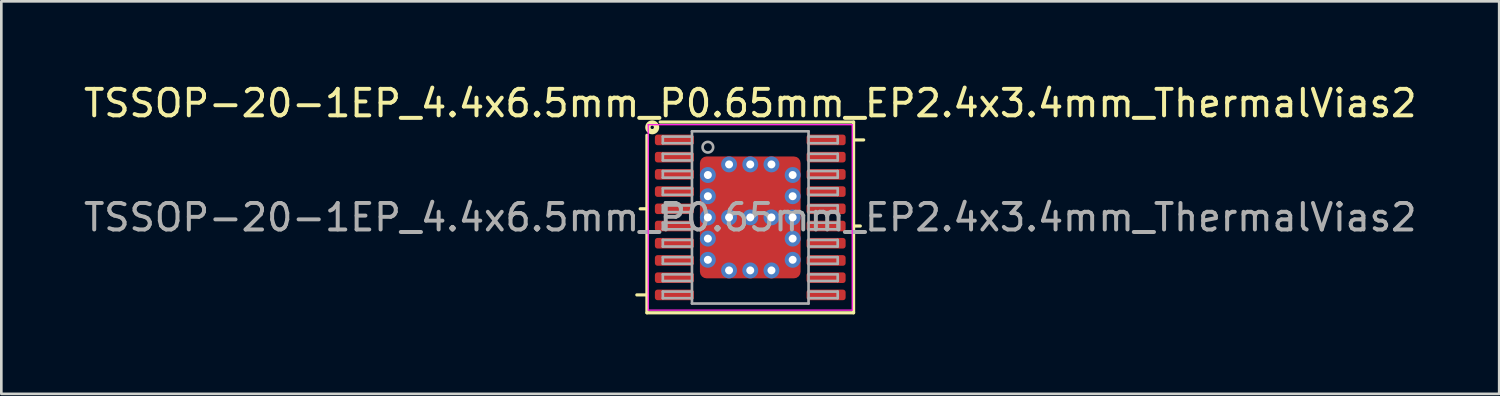
<source format=kicad_pcb>
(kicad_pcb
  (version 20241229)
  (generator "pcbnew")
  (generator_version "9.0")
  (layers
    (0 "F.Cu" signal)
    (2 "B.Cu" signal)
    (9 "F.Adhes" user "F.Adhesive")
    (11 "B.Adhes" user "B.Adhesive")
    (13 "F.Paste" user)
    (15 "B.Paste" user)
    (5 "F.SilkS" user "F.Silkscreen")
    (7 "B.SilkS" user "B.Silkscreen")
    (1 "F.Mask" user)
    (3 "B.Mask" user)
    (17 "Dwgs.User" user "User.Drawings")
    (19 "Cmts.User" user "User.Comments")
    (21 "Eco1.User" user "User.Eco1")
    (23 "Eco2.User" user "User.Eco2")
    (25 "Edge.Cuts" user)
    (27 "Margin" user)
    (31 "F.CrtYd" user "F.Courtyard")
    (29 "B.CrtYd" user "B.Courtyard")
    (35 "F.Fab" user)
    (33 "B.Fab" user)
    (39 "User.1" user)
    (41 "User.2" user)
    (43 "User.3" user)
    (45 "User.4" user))
  (footprint "TSSOP-20-1EP_4.4x6.5mm_P0.65mm_EP2.4x3.4mm_ThermalVias2"
    (layer "F.Cu")
    (at 25.268 5.156)
    (property "Reference" "TSSOP-20-1EP_4.4x6.5mm_P0.65mm_EP2.4x3.4mm_ThermalVias2" (at 0 -4.308 0) (layer "F.SilkS") (effects (font (size 1 1) (thickness 0.15))))
    (attr smd)
    (fp_line (start -3.9 -3.1) (end -3.9 3.6) (stroke (width 0.12) (type solid)) (layer "F.SilkS"))
    (fp_line (start -3.9 -0.325) (end -4.154 -0.325) (stroke (width 0.12) (type solid)) (layer "F.SilkS"))
    (fp_line (start -3.9 2.925) (end -4.281 2.925) (stroke (width 0.12) (type solid)) (layer "F.SilkS"))
    (fp_line (start -3.9 3.6) (end 3.9 3.6) (stroke (width 0.12) (type solid)) (layer "F.SilkS"))
    (fp_line (start 3.9 -3.6) (end -3.4 -3.6) (stroke (width 0.12) (type solid)) (layer "F.SilkS"))
    (fp_line (start 3.9 -2.925) (end 4.281 -2.925) (stroke (width 0.12) (type solid)) (layer "F.SilkS"))
    (fp_line (start 3.9 0.325) (end 4.154 0.325) (stroke (width 0.12) (type solid)) (layer "F.SilkS"))
    (fp_line (start 3.9 3.6) (end 3.9 -3.6) (stroke (width 0.12) (type solid)) (layer "F.SilkS"))
    (fp_circle (center -3.7 -3.4) (end -3.636 -3.4) (stroke (width 0.2) (type solid)) (fill no) (layer "F.SilkS"))
    (fp_line (start -3.85 -3.5) (end -3.85 3.5) (stroke (width 0.05) (type solid)) (layer "F.CrtYd"))
    (fp_line (start -3.85 3.5) (end 3.85 3.5) (stroke (width 0.05) (type solid)) (layer "F.CrtYd"))
    (fp_line (start 3.85 -3.5) (end -3.85 -3.5) (stroke (width 0.05) (type solid)) (layer "F.CrtYd"))
    (fp_line (start 3.85 3.5) (end 3.85 -3.5) (stroke (width 0.05) (type solid)) (layer "F.CrtYd"))
    (fp_line (start -3.3 -3.05) (end -3.3 -2.8) (stroke (width 0.1) (type solid)) (layer "F.Fab"))
    (fp_line (start -3.3 -3.05) (end -2.2 -3.05) (stroke (width 0.1) (type solid)) (layer "F.Fab"))
    (fp_line (start -3.3 -2.8) (end -2.2 -2.8) (stroke (width 0.1) (type solid)) (layer "F.Fab"))
    (fp_line (start -3.3 -2.4) (end -3.3 -2.15) (stroke (width 0.1) (type solid)) (layer "F.Fab"))
    (fp_line (start -3.3 -2.4) (end -2.2 -2.4) (stroke (width 0.1) (type solid)) (layer "F.Fab"))
    (fp_line (start -3.3 -2.15) (end -2.2 -2.15) (stroke (width 0.1) (type solid)) (layer "F.Fab"))
    (fp_line (start -3.3 -1.75) (end -3.3 -1.5) (stroke (width 0.1) (type solid)) (layer "F.Fab"))
    (fp_line (start -3.3 -1.75) (end -2.2 -1.75) (stroke (width 0.1) (type solid)) (layer "F.Fab"))
    (fp_line (start -3.3 -1.5) (end -2.2 -1.5) (stroke (width 0.1) (type solid)) (layer "F.Fab"))
    (fp_line (start -3.3 -1.1) (end -3.3 -0.85) (stroke (width 0.1) (type solid)) (layer "F.Fab"))
    (fp_line (start -3.3 -1.1) (end -2.2 -1.1) (stroke (width 0.1) (type solid)) (layer "F.Fab"))
    (fp_line (start -3.3 -0.85) (end -2.2 -0.85) (stroke (width 0.1) (type solid)) (layer "F.Fab"))
    (fp_line (start -3.3 -0.45) (end -3.3 -0.2) (stroke (width 0.1) (type solid)) (layer "F.Fab"))
    (fp_line (start -3.3 -0.45) (end -2.2 -0.45) (stroke (width 0.1) (type solid)) (layer "F.Fab"))
    (fp_line (start -3.3 -0.2) (end -2.2 -0.2) (stroke (width 0.1) (type solid)) (layer "F.Fab"))
    (fp_line (start -3.3 0.2) (end -3.3 0.45) (stroke (width 0.1) (type solid)) (layer "F.Fab"))
    (fp_line (start -3.3 0.2) (end -2.2 0.2) (stroke (width 0.1) (type solid)) (layer "F.Fab"))
    (fp_line (start -3.3 0.45) (end -2.2 0.45) (stroke (width 0.1) (type solid)) (layer "F.Fab"))
    (fp_line (start -3.3 0.85) (end -3.3 1.1) (stroke (width 0.1) (type solid)) (layer "F.Fab"))
    (fp_line (start -3.3 0.85) (end -2.2 0.85) (stroke (width 0.1) (type solid)) (layer "F.Fab"))
    (fp_line (start -3.3 1.1) (end -2.2 1.1) (stroke (width 0.1) (type solid)) (layer "F.Fab"))
    (fp_line (start -3.3 1.5) (end -3.3 1.75) (stroke (width 0.1) (type solid)) (layer "F.Fab"))
    (fp_line (start -3.3 1.5) (end -2.2 1.5) (stroke (width 0.1) (type solid)) (layer "F.Fab"))
    (fp_line (start -3.3 1.75) (end -2.2 1.75) (stroke (width 0.1) (type solid)) (layer "F.Fab"))
    (fp_line (start -3.3 2.15) (end -3.3 2.4) (stroke (width 0.1) (type solid)) (layer "F.Fab"))
    (fp_line (start -3.3 2.15) (end -2.2 2.15) (stroke (width 0.1) (type solid)) (layer "F.Fab"))
    (fp_line (start -3.3 2.4) (end -2.2 2.4) (stroke (width 0.1) (type solid)) (layer "F.Fab"))
    (fp_line (start -3.3 2.8) (end -3.3 3.05) (stroke (width 0.1) (type solid)) (layer "F.Fab"))
    (fp_line (start -3.3 2.8) (end -2.2 2.8) (stroke (width 0.1) (type solid)) (layer "F.Fab"))
    (fp_line (start -3.3 3.05) (end -2.2 3.05) (stroke (width 0.1) (type solid)) (layer "F.Fab"))
    (fp_line (start -2.2 -3.25) (end 2.2 -3.25) (stroke (width 0.1) (type solid)) (layer "F.Fab"))
    (fp_line (start -2.2 3.25) (end -2.2 -3.25) (stroke (width 0.1) (type solid)) (layer "F.Fab"))
    (fp_line (start 2.2 -3.25) (end 2.2 3.25) (stroke (width 0.1) (type solid)) (layer "F.Fab"))
    (fp_line (start 2.2 3.25) (end -2.2 3.25) (stroke (width 0.1) (type solid)) (layer "F.Fab"))
    (fp_line (start 3.3 -3.05) (end 2.2 -3.05) (stroke (width 0.1) (type solid)) (layer "F.Fab"))
    (fp_line (start 3.3 -2.8) (end 2.2 -2.8) (stroke (width 0.1) (type solid)) (layer "F.Fab"))
    (fp_line (start 3.3 -2.8) (end 3.3 -3.05) (stroke (width 0.1) (type solid)) (layer "F.Fab"))
    (fp_line (start 3.3 -2.4) (end 2.2 -2.4) (stroke (width 0.1) (type solid)) (layer "F.Fab"))
    (fp_line (start 3.3 -2.15) (end 2.2 -2.15) (stroke (width 0.1) (type solid)) (layer "F.Fab"))
    (fp_line (start 3.3 -2.15) (end 3.3 -2.4) (stroke (width 0.1) (type solid)) (layer "F.Fab"))
    (fp_line (start 3.3 -1.75) (end 2.2 -1.75) (stroke (width 0.1) (type solid)) (layer "F.Fab"))
    (fp_line (start 3.3 -1.5) (end 2.2 -1.5) (stroke (width 0.1) (type solid)) (layer "F.Fab"))
    (fp_line (start 3.3 -1.5) (end 3.3 -1.75) (stroke (width 0.1) (type solid)) (layer "F.Fab"))
    (fp_line (start 3.3 -1.1) (end 2.2 -1.1) (stroke (width 0.1) (type solid)) (layer "F.Fab"))
    (fp_line (start 3.3 -0.85) (end 2.2 -0.85) (stroke (width 0.1) (type solid)) (layer "F.Fab"))
    (fp_line (start 3.3 -0.85) (end 3.3 -1.1) (stroke (width 0.1) (type solid)) (layer "F.Fab"))
    (fp_line (start 3.3 -0.45) (end 2.2 -0.45) (stroke (width 0.1) (type solid)) (layer "F.Fab"))
    (fp_line (start 3.3 -0.2) (end 2.2 -0.2) (stroke (width 0.1) (type solid)) (layer "F.Fab"))
    (fp_line (start 3.3 -0.2) (end 3.3 -0.45) (stroke (width 0.1) (type solid)) (layer "F.Fab"))
    (fp_line (start 3.3 0.2) (end 2.2 0.2) (stroke (width 0.1) (type solid)) (layer "F.Fab"))
    (fp_line (start 3.3 0.45) (end 2.2 0.45) (stroke (width 0.1) (type solid)) (layer "F.Fab"))
    (fp_line (start 3.3 0.45) (end 3.3 0.2) (stroke (width 0.1) (type solid)) (layer "F.Fab"))
    (fp_line (start 3.3 0.85) (end 2.2 0.85) (stroke (width 0.1) (type solid)) (layer "F.Fab"))
    (fp_line (start 3.3 1.1) (end 2.2 1.1) (stroke (width 0.1) (type solid)) (layer "F.Fab"))
    (fp_line (start 3.3 1.1) (end 3.3 0.85) (stroke (width 0.1) (type solid)) (layer "F.Fab"))
    (fp_line (start 3.3 1.5) (end 2.2 1.5) (stroke (width 0.1) (type solid)) (layer "F.Fab"))
    (fp_line (start 3.3 1.75) (end 2.2 1.75) (stroke (width 0.1) (type solid)) (layer "F.Fab"))
    (fp_line (start 3.3 1.75) (end 3.3 1.5) (stroke (width 0.1) (type solid)) (layer "F.Fab"))
    (fp_line (start 3.3 2.15) (end 2.2 2.15) (stroke (width 0.1) (type solid)) (layer "F.Fab"))
    (fp_line (start 3.3 2.4) (end 2.2 2.4) (stroke (width 0.1) (type solid)) (layer "F.Fab"))
    (fp_line (start 3.3 2.4) (end 3.3 2.15) (stroke (width 0.1) (type solid)) (layer "F.Fab"))
    (fp_line (start 3.3 2.8) (end 2.2 2.8) (stroke (width 0.1) (type solid)) (layer "F.Fab"))
    (fp_line (start 3.3 3.05) (end 2.2 3.05) (stroke (width 0.1) (type solid)) (layer "F.Fab"))
    (fp_line (start 3.3 3.05) (end 3.3 2.8) (stroke (width 0.1) (type solid)) (layer "F.Fab"))
    (fp_circle (center -1.6 -2.65) (end -1.4 -2.65) (stroke (width 0.1) (type solid)) (fill no) (layer "F.Fab"))
    (fp_text user "${REFERENCE}" (at 0 0 0) (layer "F.Fab") (effects (font (size 1 1) (thickness 0.15))))
    (pad "" smd roundrect (at -0.575 -1) (size 0.95 1.1) (layers "F.Paste") (roundrect_rratio 0.25))
    (pad "" smd roundrect (at -0.575 1) (size 0.95 1.1) (layers "F.Paste") (roundrect_rratio 0.25))
    (pad "" smd roundrect (at -0.001 -1) (size 2.402 1.4) (layers "F.Mask") (roundrect_rratio 0.179))
    (pad "" smd roundrect (at -0.001 1) (size 2.402 1.4) (layers "F.Mask") (roundrect_rratio 0.179))
    (pad "" smd roundrect (at 0.575 -1) (size 0.95 1.1) (layers "F.Paste") (roundrect_rratio 0.25))
    (pad "" smd roundrect (at 0.575 1) (size 0.95 1.1) (layers "F.Paste") (roundrect_rratio 0.25))
    (pad "1" smd roundrect (at -2.862 -2.925) (size 1.475 0.4) (layers "F.Cu" "F.Mask" "F.Paste") (roundrect_rratio 0.25))
    (pad "2" smd roundrect (at -2.862 -2.275) (size 1.475 0.4) (layers "F.Cu" "F.Mask" "F.Paste") (roundrect_rratio 0.25))
    (pad "3" smd roundrect (at -2.862 -1.625) (size 1.475 0.4) (layers "F.Cu" "F.Mask" "F.Paste") (roundrect_rratio 0.25))
    (pad "4" smd roundrect (at -2.862 -0.975) (size 1.475 0.4) (layers "F.Cu" "F.Mask" "F.Paste") (roundrect_rratio 0.25))
    (pad "5" smd roundrect (at -2.862 -0.325) (size 1.475 0.4) (layers "F.Cu" "F.Mask" "F.Paste") (roundrect_rratio 0.25))
    (pad "6" smd roundrect (at -2.862 0.325) (size 1.475 0.4) (layers "F.Cu" "F.Mask" "F.Paste") (roundrect_rratio 0.25))
    (pad "7" smd roundrect (at -2.862 0.975) (size 1.475 0.4) (layers "F.Cu" "F.Mask" "F.Paste") (roundrect_rratio 0.25))
    (pad "8" smd roundrect (at -2.862 1.625) (size 1.475 0.4) (layers "F.Cu" "F.Mask" "F.Paste") (roundrect_rratio 0.25))
    (pad "9" smd roundrect (at -2.862 2.275) (size 1.475 0.4) (layers "F.Cu" "F.Mask" "F.Paste") (roundrect_rratio 0.25))
    (pad "10" smd roundrect (at -2.862 2.925) (size 1.475 0.4) (layers "F.Cu" "F.Mask" "F.Paste") (roundrect_rratio 0.25))
    (pad "11" smd roundrect (at 2.862 2.925) (size 1.475 0.4) (layers "F.Cu" "F.Mask" "F.Paste") (roundrect_rratio 0.25))
    (pad "12" smd roundrect (at 2.862 2.275) (size 1.475 0.4) (layers "F.Cu" "F.Mask" "F.Paste") (roundrect_rratio 0.25))
    (pad "13" smd roundrect (at 2.862 1.625) (size 1.475 0.4) (layers "F.Cu" "F.Mask" "F.Paste") (roundrect_rratio 0.25))
    (pad "14" smd roundrect (at 2.862 0.975) (size 1.475 0.4) (layers "F.Cu" "F.Mask" "F.Paste") (roundrect_rratio 0.25))
    (pad "15" smd roundrect (at 2.862 0.325) (size 1.475 0.4) (layers "F.Cu" "F.Mask" "F.Paste") (roundrect_rratio 0.25))
    (pad "16" smd roundrect (at 2.862 -0.325) (size 1.475 0.4) (layers "F.Cu" "F.Mask" "F.Paste") (roundrect_rratio 0.25))
    (pad "17" smd roundrect (at 2.862 -0.975) (size 1.475 0.4) (layers "F.Cu" "F.Mask" "F.Paste") (roundrect_rratio 0.25))
    (pad "18" smd roundrect (at 2.862 -1.625) (size 1.475 0.4) (layers "F.Cu" "F.Mask" "F.Paste") (roundrect_rratio 0.25))
    (pad "19" smd roundrect (at 2.862 -2.275) (size 1.475 0.4) (layers "F.Cu" "F.Mask" "F.Paste") (roundrect_rratio 0.25))
    (pad "20" smd roundrect (at 2.862 -2.925) (size 1.475 0.4) (layers "F.Cu" "F.Mask" "F.Paste") (roundrect_rratio 0.25))
    (pad "21" thru_hole circle (at -1.6 -1.6) (size 0.6 0.6) (drill 0.3) (property pad_prop_heatsink) (layers "*.Cu" "*.Mask"))
    (pad "21" thru_hole circle (at -1.6 -0.8) (size 0.6 0.6) (drill 0.3) (property pad_prop_heatsink) (layers "*.Cu" "*.Mask"))
    (pad "21" thru_hole circle (at -1.6 0) (size 0.6 0.6) (drill 0.3) (property pad_prop_heatsink) (layers "*.Cu" "*.Mask"))
    (pad "21" thru_hole circle (at -1.6 0.8 180) (size 0.6 0.6) (drill 0.3) (property pad_prop_heatsink) (layers "*.Cu" "*.Mask"))
    (pad "21" thru_hole circle (at -1.6 1.6 180) (size 0.6 0.6) (drill 0.3) (property pad_prop_heatsink) (layers "*.Cu" "*.Mask"))
    (pad "21" thru_hole circle (at -0.8 -2) (size 0.6 0.6) (drill 0.3) (property pad_prop_heatsink) (layers "*.Cu" "*.Mask"))
    (pad "21" thru_hole circle (at -0.8 0) (size 0.6 0.6) (drill 0.3) (property pad_prop_heatsink) (layers "*.Cu" "*.Mask"))
    (pad "21" thru_hole circle (at -0.8 2 180) (size 0.6 0.6) (drill 0.3) (property pad_prop_heatsink) (layers "*.Cu" "*.Mask"))
    (pad "21" thru_hole circle (at 0 -2) (size 0.6 0.6) (drill 0.3) (property pad_prop_heatsink) (layers "*.Cu" "*.Mask"))
    (pad "21" thru_hole circle (at 0 0) (size 0.6 0.6) (drill 0.3) (property pad_prop_heatsink) (layers "*.Cu" "*.Mask"))
    (pad "21" smd roundrect (at 0 0) (size 3.8 4.6) (layers "F.Cu") (roundrect_rratio 0.066))
    (pad "21" thru_hole circle (at 0 2 180) (size 0.6 0.6) (drill 0.3) (property pad_prop_heatsink) (layers "*.Cu" "*.Mask"))
    (pad "21" thru_hole circle (at 0.8 -2) (size 0.6 0.6) (drill 0.3) (property pad_prop_heatsink) (layers "*.Cu" "*.Mask"))
    (pad "21" thru_hole circle (at 0.8 0) (size 0.6 0.6) (drill 0.3) (property pad_prop_heatsink) (layers "*.Cu" "*.Mask"))
    (pad "21" thru_hole circle (at 0.8 2 180) (size 0.6 0.6) (drill 0.3) (property pad_prop_heatsink) (layers "*.Cu" "*.Mask"))
    (pad "21" thru_hole circle (at 1.6 -1.6) (size 0.6 0.6) (drill 0.3) (property pad_prop_heatsink) (layers "*.Cu" "*.Mask"))
    (pad "21" thru_hole circle (at 1.6 -0.8) (size 0.6 0.6) (drill 0.3) (property pad_prop_heatsink) (layers "*.Cu" "*.Mask"))
    (pad "21" thru_hole circle (at 1.6 0) (size 0.6 0.6) (drill 0.3) (property pad_prop_heatsink) (layers "*.Cu" "*.Mask"))
    (pad "21" thru_hole circle (at 1.6 0.8 180) (size 0.6 0.6) (drill 0.3) (property pad_prop_heatsink) (layers "*.Cu" "*.Mask"))
    (pad "21" thru_hole circle (at 1.6 1.6 180) (size 0.6 0.6) (drill 0.3) (property pad_prop_heatsink) (layers "*.Cu" "*.Mask")))
  (gr_rect
    (start -3 -3)
    (end 53.536 11.816)
    (stroke (width 0.1) (type default))
    (fill no)
    (layer "Edge.Cuts")))
</source>
